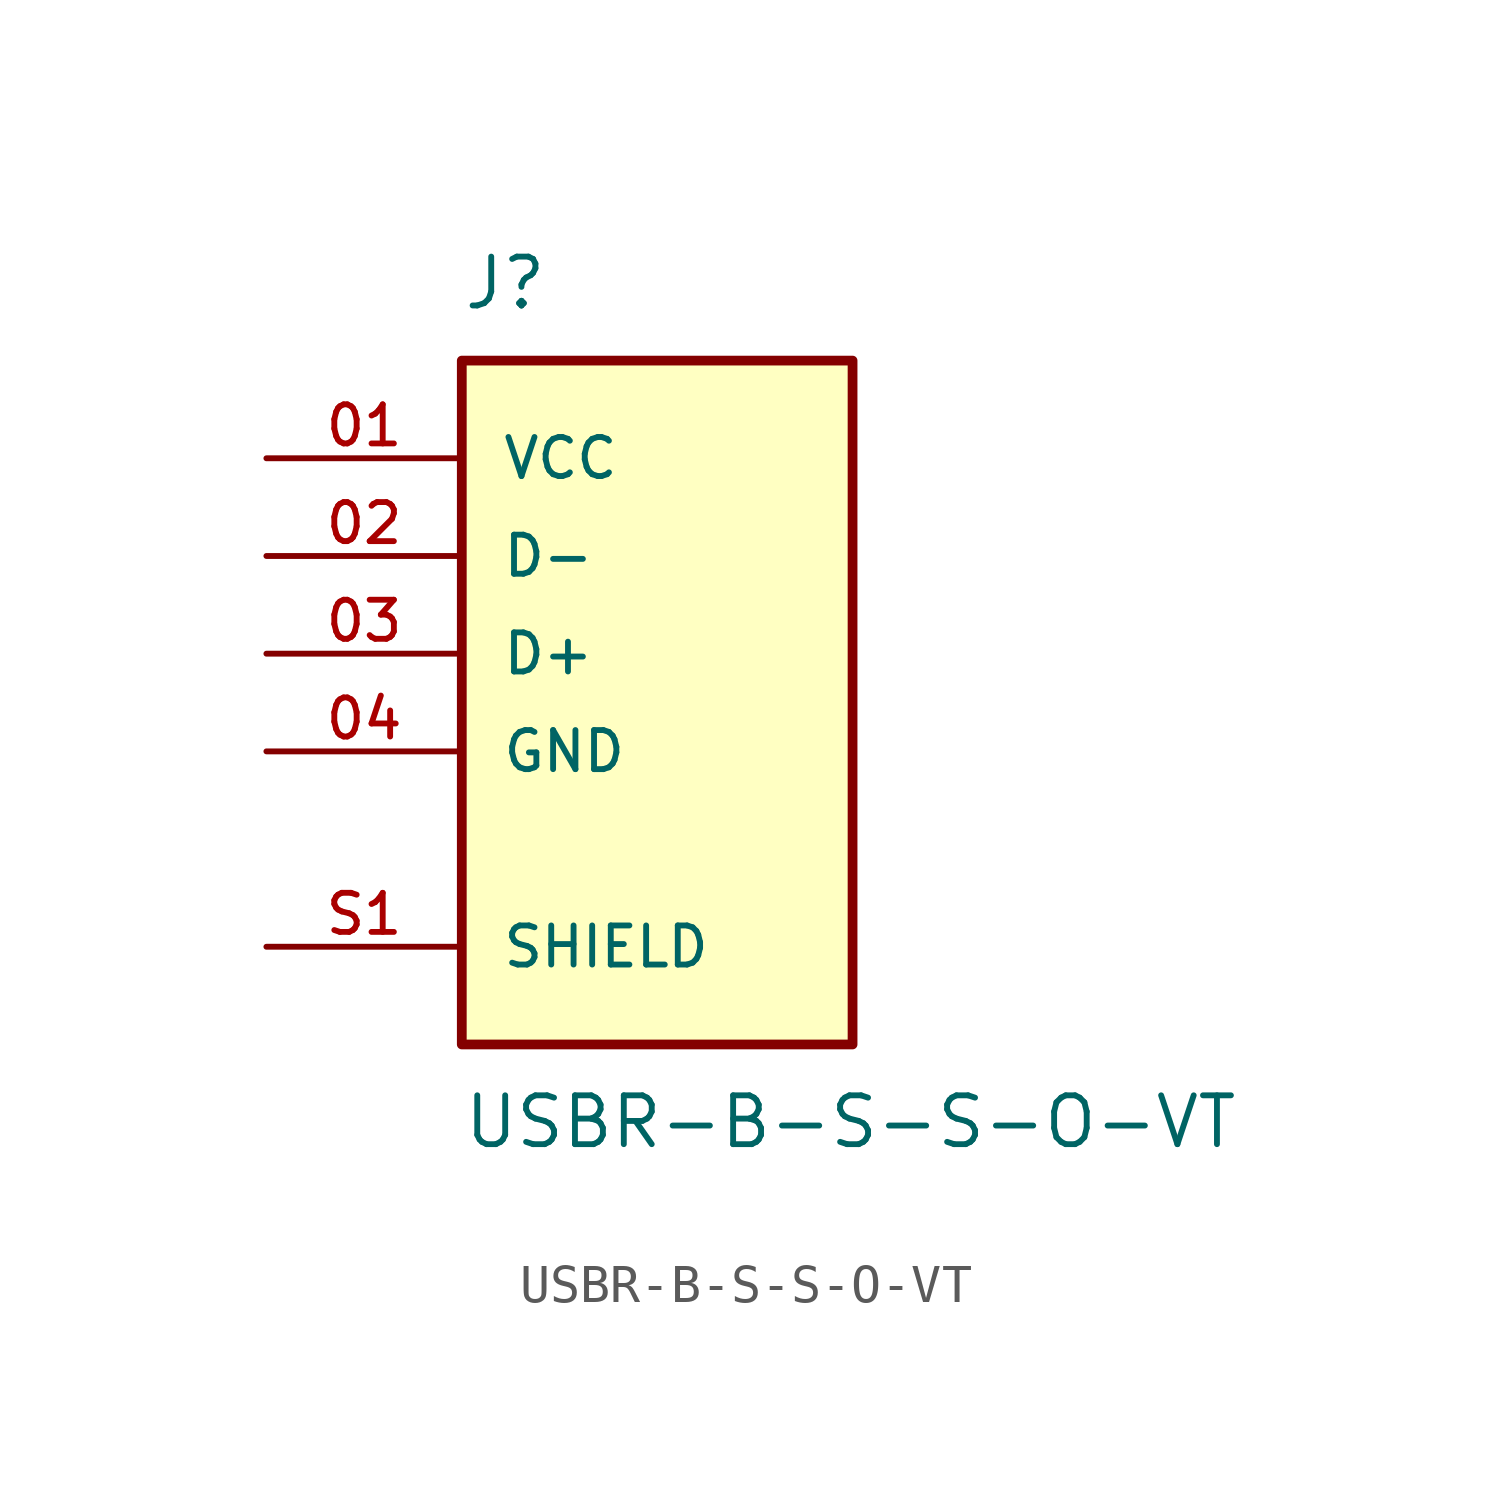
<source format=kicad_sym>
(kicad_symbol_lib
  (version 20211014)
  (generator kicad_symbol_editor)
  (symbol "USBR-B-S-S-O-VT"
    (pin_names
      (offset 1.016))
    (property "Reference" "J"
      (at -5.08 8.89 0)
      (effects (font (size 1.27 1.27)) (justify bottom left)))
    (property "Value" "USBR-B-S-S-O-VT"
      (at -5.08 -11.43 0)
      (effects (font (size 1.27 1.27)) (justify top left)))
    (symbol "USBR-B-S-S-O-VT_0_0"
      (rectangle (start -5.08 -10.16) (end 5.08 7.62) (stroke (width 0.254)) (fill (type background)))
      (pin power_in line (at -10.16 5.08 0) (length 5.08) (name "VCC" (effects (font (size 1.016 1.016)))) (number "01" (effects (font (size 1.016 1.016)))))
      (pin bidirectional line (at -10.16 2.54 0) (length 5.08) (name "D-" (effects (font (size 1.016 1.016)))) (number "02" (effects (font (size 1.016 1.016)))))
      (pin bidirectional line (at -10.16 0.0 0) (length 5.08) (name "D+" (effects (font (size 1.016 1.016)))) (number "03" (effects (font (size 1.016 1.016)))))
      (pin power_in line (at -10.16 -2.54 0) (length 5.08) (name "GND" (effects (font (size 1.016 1.016)))) (number "04" (effects (font (size 1.016 1.016)))))
      (pin passive line (at -10.16 -7.62 0) (length 5.08) (name "SHIELD" (effects (font (size 1.016 1.016)))) (number "S1" (effects (font (size 1.016 1.016)))))
      (pin passive line (at -10.16 -7.62 0) (length 5.08) hide (name "SHIELD" (effects (font (size 1.016 1.016)))) (number "S2" (effects (font (size 1.016 1.016))))))))
</source>
